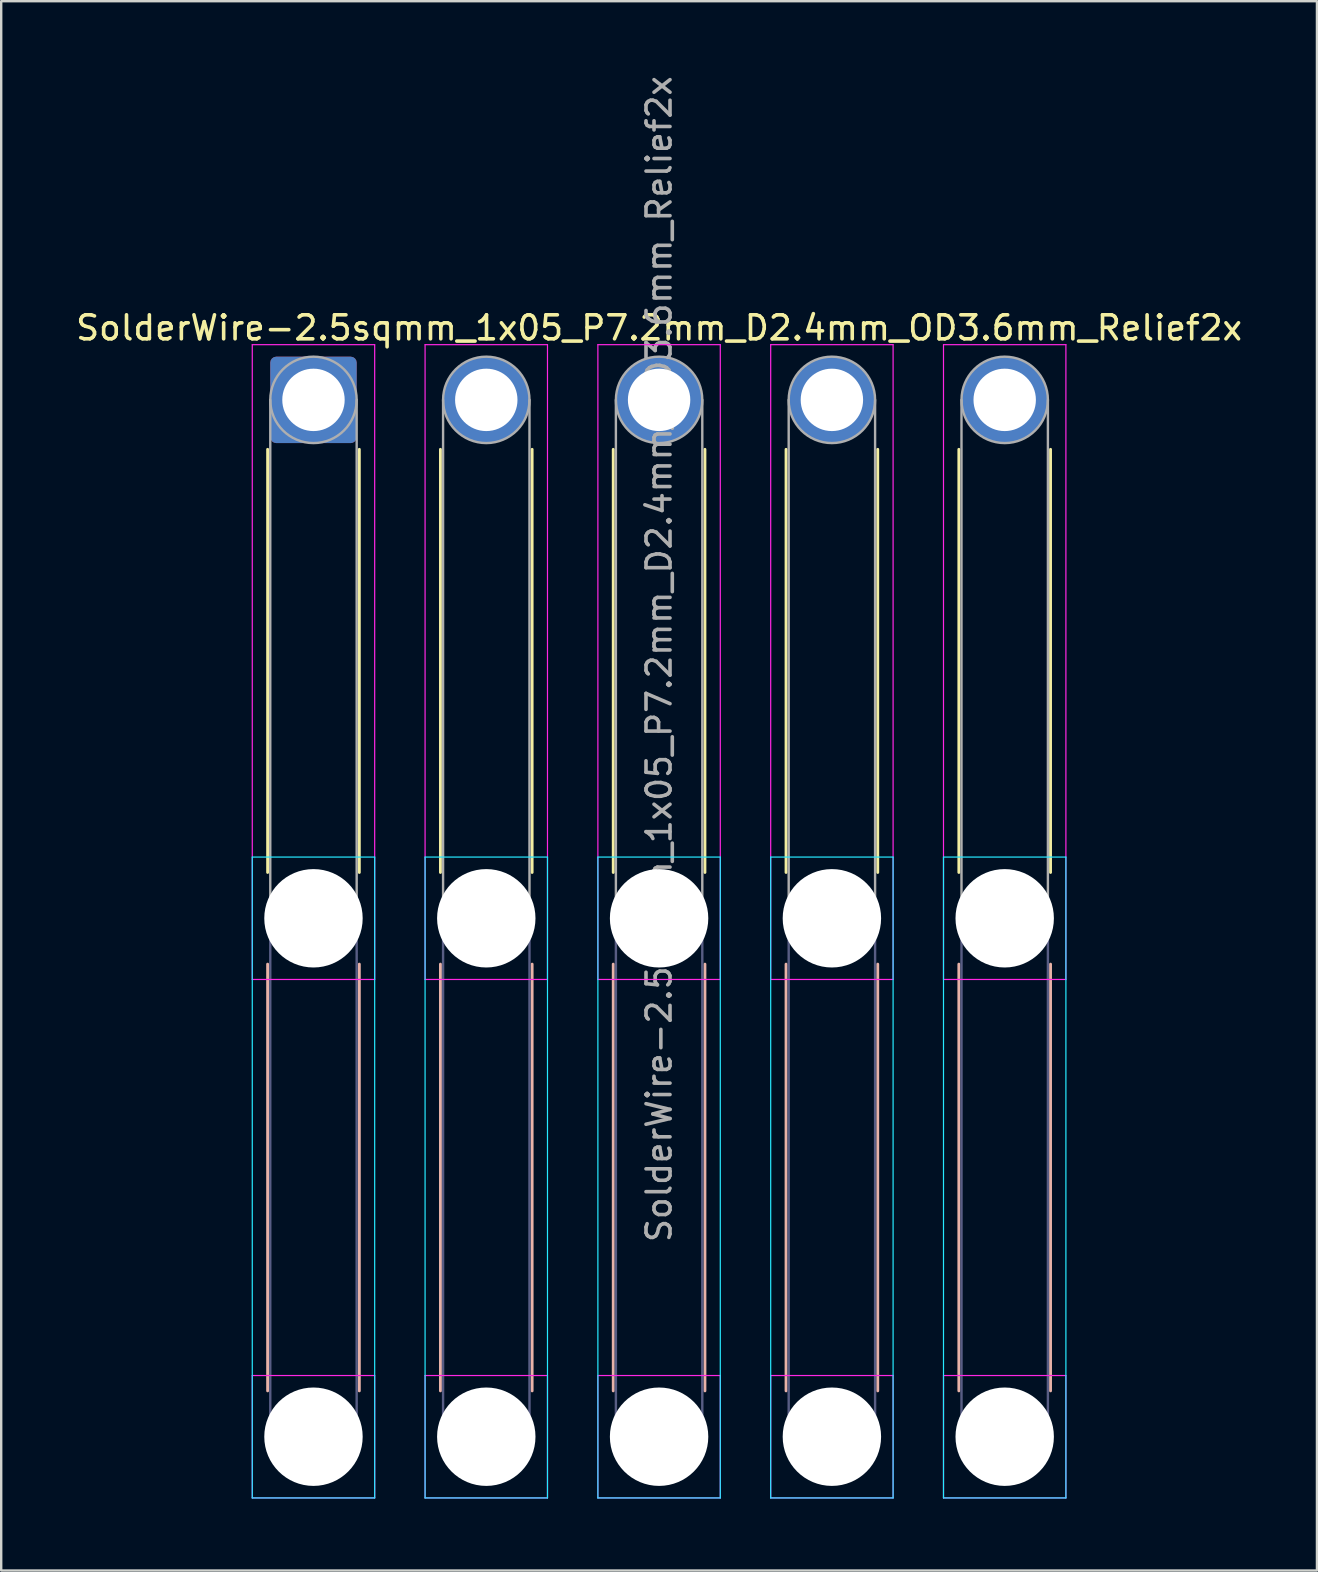
<source format=kicad_pcb>
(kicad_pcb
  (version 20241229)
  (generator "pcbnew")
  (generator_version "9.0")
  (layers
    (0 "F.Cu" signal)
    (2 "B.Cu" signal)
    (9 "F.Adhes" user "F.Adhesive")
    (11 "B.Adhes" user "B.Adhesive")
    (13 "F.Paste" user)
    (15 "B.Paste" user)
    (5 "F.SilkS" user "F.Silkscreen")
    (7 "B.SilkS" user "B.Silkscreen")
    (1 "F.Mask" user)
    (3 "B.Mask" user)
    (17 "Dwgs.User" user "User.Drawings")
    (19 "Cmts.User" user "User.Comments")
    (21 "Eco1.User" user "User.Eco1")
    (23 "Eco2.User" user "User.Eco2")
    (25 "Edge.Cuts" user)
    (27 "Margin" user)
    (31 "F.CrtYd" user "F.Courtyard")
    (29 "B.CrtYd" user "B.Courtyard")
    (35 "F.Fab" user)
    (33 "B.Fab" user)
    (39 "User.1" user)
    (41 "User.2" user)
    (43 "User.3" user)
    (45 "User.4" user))
  (footprint "SolderWire-2.5sqmm_1x05_P7.2mm_D2.4mm_OD3.6mm_Relief2x"
    (layer "F.Cu")
    (at 10.011 13.611)
    (property "Reference" "SolderWire-2.5sqmm_1x05_P7.2mm_D2.4mm_OD3.6mm_Relief2x" (at 14.4 -3 0) (layer "F.SilkS") (effects (font (size 1 1) (thickness 0.15))))
    (attr exclude_from_pos_files exclude_from_bom)
    (fp_line (start -1.91 2.06) (end -1.91 19.69) (stroke (width 0.12) (type solid)) (layer "F.SilkS"))
    (fp_line (start 1.91 2.06) (end 1.91 19.69) (stroke (width 0.12) (type solid)) (layer "F.SilkS"))
    (fp_line (start 5.29 2.06) (end 5.29 19.69) (stroke (width 0.12) (type solid)) (layer "F.SilkS"))
    (fp_line (start 9.11 2.06) (end 9.11 19.69) (stroke (width 0.12) (type solid)) (layer "F.SilkS"))
    (fp_line (start 12.49 2.06) (end 12.49 19.69) (stroke (width 0.12) (type solid)) (layer "F.SilkS"))
    (fp_line (start 16.31 2.06) (end 16.31 19.69) (stroke (width 0.12) (type solid)) (layer "F.SilkS"))
    (fp_line (start 19.69 2.06) (end 19.69 19.69) (stroke (width 0.12) (type solid)) (layer "F.SilkS"))
    (fp_line (start 23.51 2.06) (end 23.51 19.69) (stroke (width 0.12) (type solid)) (layer "F.SilkS"))
    (fp_line (start 26.89 2.06) (end 26.89 19.69) (stroke (width 0.12) (type solid)) (layer "F.SilkS"))
    (fp_line (start 30.71 2.06) (end 30.71 19.69) (stroke (width 0.12) (type solid)) (layer "F.SilkS"))
    (fp_line (start -1.91 23.51) (end -1.91 41.29) (stroke (width 0.12) (type solid)) (layer "B.SilkS"))
    (fp_line (start 1.91 23.51) (end 1.91 41.29) (stroke (width 0.12) (type solid)) (layer "B.SilkS"))
    (fp_line (start 5.29 23.51) (end 5.29 41.29) (stroke (width 0.12) (type solid)) (layer "B.SilkS"))
    (fp_line (start 9.11 23.51) (end 9.11 41.29) (stroke (width 0.12) (type solid)) (layer "B.SilkS"))
    (fp_line (start 12.49 23.51) (end 12.49 41.29) (stroke (width 0.12) (type solid)) (layer "B.SilkS"))
    (fp_line (start 16.31 23.51) (end 16.31 41.29) (stroke (width 0.12) (type solid)) (layer "B.SilkS"))
    (fp_line (start 19.69 23.51) (end 19.69 41.29) (stroke (width 0.12) (type solid)) (layer "B.SilkS"))
    (fp_line (start 23.51 23.51) (end 23.51 41.29) (stroke (width 0.12) (type solid)) (layer "B.SilkS"))
    (fp_line (start 26.89 23.51) (end 26.89 41.29) (stroke (width 0.12) (type solid)) (layer "B.SilkS"))
    (fp_line (start 30.71 23.51) (end 30.71 41.29) (stroke (width 0.12) (type solid)) (layer "B.SilkS"))
    (fp_line (start -2.55 19.05) (end -2.55 45.75) (stroke (width 0.05) (type solid)) (layer "B.CrtYd"))
    (fp_line (start -2.55 45.75) (end 2.55 45.75) (stroke (width 0.05) (type solid)) (layer "B.CrtYd"))
    (fp_line (start 2.55 19.05) (end -2.55 19.05) (stroke (width 0.05) (type solid)) (layer "B.CrtYd"))
    (fp_line (start 2.55 45.75) (end 2.55 19.05) (stroke (width 0.05) (type solid)) (layer "B.CrtYd"))
    (fp_line (start 4.65 19.05) (end 4.65 45.75) (stroke (width 0.05) (type solid)) (layer "B.CrtYd"))
    (fp_line (start 4.65 45.75) (end 9.75 45.75) (stroke (width 0.05) (type solid)) (layer "B.CrtYd"))
    (fp_line (start 9.75 19.05) (end 4.65 19.05) (stroke (width 0.05) (type solid)) (layer "B.CrtYd"))
    (fp_line (start 9.75 45.75) (end 9.75 19.05) (stroke (width 0.05) (type solid)) (layer "B.CrtYd"))
    (fp_line (start 11.85 19.05) (end 11.85 45.75) (stroke (width 0.05) (type solid)) (layer "B.CrtYd"))
    (fp_line (start 11.85 45.75) (end 16.95 45.75) (stroke (width 0.05) (type solid)) (layer "B.CrtYd"))
    (fp_line (start 16.95 19.05) (end 11.85 19.05) (stroke (width 0.05) (type solid)) (layer "B.CrtYd"))
    (fp_line (start 16.95 45.75) (end 16.95 19.05) (stroke (width 0.05) (type solid)) (layer "B.CrtYd"))
    (fp_line (start 19.05 19.05) (end 19.05 45.75) (stroke (width 0.05) (type solid)) (layer "B.CrtYd"))
    (fp_line (start 19.05 45.75) (end 24.15 45.75) (stroke (width 0.05) (type solid)) (layer "B.CrtYd"))
    (fp_line (start 24.15 19.05) (end 19.05 19.05) (stroke (width 0.05) (type solid)) (layer "B.CrtYd"))
    (fp_line (start 24.15 45.75) (end 24.15 19.05) (stroke (width 0.05) (type solid)) (layer "B.CrtYd"))
    (fp_line (start 26.25 19.05) (end 26.25 45.75) (stroke (width 0.05) (type solid)) (layer "B.CrtYd"))
    (fp_line (start 26.25 45.75) (end 31.35 45.75) (stroke (width 0.05) (type solid)) (layer "B.CrtYd"))
    (fp_line (start 31.35 19.05) (end 26.25 19.05) (stroke (width 0.05) (type solid)) (layer "B.CrtYd"))
    (fp_line (start 31.35 45.75) (end 31.35 19.05) (stroke (width 0.05) (type solid)) (layer "B.CrtYd"))
    (fp_line (start -2.55 -2.3) (end -2.55 24.15) (stroke (width 0.05) (type solid)) (layer "F.CrtYd"))
    (fp_line (start -2.55 24.15) (end 2.55 24.15) (stroke (width 0.05) (type solid)) (layer "F.CrtYd"))
    (fp_line (start -2.55 40.65) (end -2.55 45.75) (stroke (width 0.05) (type solid)) (layer "F.CrtYd"))
    (fp_line (start -2.55 45.75) (end 2.55 45.75) (stroke (width 0.05) (type solid)) (layer "F.CrtYd"))
    (fp_line (start 2.55 -2.3) (end -2.55 -2.3) (stroke (width 0.05) (type solid)) (layer "F.CrtYd"))
    (fp_line (start 2.55 24.15) (end 2.55 -2.3) (stroke (width 0.05) (type solid)) (layer "F.CrtYd"))
    (fp_line (start 2.55 40.65) (end -2.55 40.65) (stroke (width 0.05) (type solid)) (layer "F.CrtYd"))
    (fp_line (start 2.55 45.75) (end 2.55 40.65) (stroke (width 0.05) (type solid)) (layer "F.CrtYd"))
    (fp_line (start 4.65 -2.3) (end 4.65 24.15) (stroke (width 0.05) (type solid)) (layer "F.CrtYd"))
    (fp_line (start 4.65 24.15) (end 9.75 24.15) (stroke (width 0.05) (type solid)) (layer "F.CrtYd"))
    (fp_line (start 4.65 40.65) (end 4.65 45.75) (stroke (width 0.05) (type solid)) (layer "F.CrtYd"))
    (fp_line (start 4.65 45.75) (end 9.75 45.75) (stroke (width 0.05) (type solid)) (layer "F.CrtYd"))
    (fp_line (start 9.75 -2.3) (end 4.65 -2.3) (stroke (width 0.05) (type solid)) (layer "F.CrtYd"))
    (fp_line (start 9.75 24.15) (end 9.75 -2.3) (stroke (width 0.05) (type solid)) (layer "F.CrtYd"))
    (fp_line (start 9.75 40.65) (end 4.65 40.65) (stroke (width 0.05) (type solid)) (layer "F.CrtYd"))
    (fp_line (start 9.75 45.75) (end 9.75 40.65) (stroke (width 0.05) (type solid)) (layer "F.CrtYd"))
    (fp_line (start 11.85 -2.3) (end 11.85 24.15) (stroke (width 0.05) (type solid)) (layer "F.CrtYd"))
    (fp_line (start 11.85 24.15) (end 16.95 24.15) (stroke (width 0.05) (type solid)) (layer "F.CrtYd"))
    (fp_line (start 11.85 40.65) (end 11.85 45.75) (stroke (width 0.05) (type solid)) (layer "F.CrtYd"))
    (fp_line (start 11.85 45.75) (end 16.95 45.75) (stroke (width 0.05) (type solid)) (layer "F.CrtYd"))
    (fp_line (start 16.95 -2.3) (end 11.85 -2.3) (stroke (width 0.05) (type solid)) (layer "F.CrtYd"))
    (fp_line (start 16.95 24.15) (end 16.95 -2.3) (stroke (width 0.05) (type solid)) (layer "F.CrtYd"))
    (fp_line (start 16.95 40.65) (end 11.85 40.65) (stroke (width 0.05) (type solid)) (layer "F.CrtYd"))
    (fp_line (start 16.95 45.75) (end 16.95 40.65) (stroke (width 0.05) (type solid)) (layer "F.CrtYd"))
    (fp_line (start 19.05 -2.3) (end 19.05 24.15) (stroke (width 0.05) (type solid)) (layer "F.CrtYd"))
    (fp_line (start 19.05 24.15) (end 24.15 24.15) (stroke (width 0.05) (type solid)) (layer "F.CrtYd"))
    (fp_line (start 19.05 40.65) (end 19.05 45.75) (stroke (width 0.05) (type solid)) (layer "F.CrtYd"))
    (fp_line (start 19.05 45.75) (end 24.15 45.75) (stroke (width 0.05) (type solid)) (layer "F.CrtYd"))
    (fp_line (start 24.15 -2.3) (end 19.05 -2.3) (stroke (width 0.05) (type solid)) (layer "F.CrtYd"))
    (fp_line (start 24.15 24.15) (end 24.15 -2.3) (stroke (width 0.05) (type solid)) (layer "F.CrtYd"))
    (fp_line (start 24.15 40.65) (end 19.05 40.65) (stroke (width 0.05) (type solid)) (layer "F.CrtYd"))
    (fp_line (start 24.15 45.75) (end 24.15 40.65) (stroke (width 0.05) (type solid)) (layer "F.CrtYd"))
    (fp_line (start 26.25 -2.3) (end 26.25 24.15) (stroke (width 0.05) (type solid)) (layer "F.CrtYd"))
    (fp_line (start 26.25 24.15) (end 31.35 24.15) (stroke (width 0.05) (type solid)) (layer "F.CrtYd"))
    (fp_line (start 26.25 40.65) (end 26.25 45.75) (stroke (width 0.05) (type solid)) (layer "F.CrtYd"))
    (fp_line (start 26.25 45.75) (end 31.35 45.75) (stroke (width 0.05) (type solid)) (layer "F.CrtYd"))
    (fp_line (start 31.35 -2.3) (end 26.25 -2.3) (stroke (width 0.05) (type solid)) (layer "F.CrtYd"))
    (fp_line (start 31.35 24.15) (end 31.35 -2.3) (stroke (width 0.05) (type solid)) (layer "F.CrtYd"))
    (fp_line (start 31.35 40.65) (end 26.25 40.65) (stroke (width 0.05) (type solid)) (layer "F.CrtYd"))
    (fp_line (start 31.35 45.75) (end 31.35 40.65) (stroke (width 0.05) (type solid)) (layer "F.CrtYd"))
    (fp_line (start -1.8 21.6) (end -1.8 43.2) (stroke (width 0.1) (type solid)) (layer "B.Fab"))
    (fp_line (start 1.8 21.6) (end 1.8 43.2) (stroke (width 0.1) (type solid)) (layer "B.Fab"))
    (fp_line (start 5.4 21.6) (end 5.4 43.2) (stroke (width 0.1) (type solid)) (layer "B.Fab"))
    (fp_line (start 9 21.6) (end 9 43.2) (stroke (width 0.1) (type solid)) (layer "B.Fab"))
    (fp_line (start 12.6 21.6) (end 12.6 43.2) (stroke (width 0.1) (type solid)) (layer "B.Fab"))
    (fp_line (start 16.2 21.6) (end 16.2 43.2) (stroke (width 0.1) (type solid)) (layer "B.Fab"))
    (fp_line (start 19.8 21.6) (end 19.8 43.2) (stroke (width 0.1) (type solid)) (layer "B.Fab"))
    (fp_line (start 23.4 21.6) (end 23.4 43.2) (stroke (width 0.1) (type solid)) (layer "B.Fab"))
    (fp_line (start 27 21.6) (end 27 43.2) (stroke (width 0.1) (type solid)) (layer "B.Fab"))
    (fp_line (start 30.6 21.6) (end 30.6 43.2) (stroke (width 0.1) (type solid)) (layer "B.Fab"))
    (fp_circle (center 0 21.6) (end 1.8 21.6) (stroke (width 0.1) (type solid)) (fill no) (layer "B.Fab"))
    (fp_circle (center 0 43.2) (end 1.8 43.2) (stroke (width 0.1) (type solid)) (fill no) (layer "B.Fab"))
    (fp_circle (center 7.2 21.6) (end 9 21.6) (stroke (width 0.1) (type solid)) (fill no) (layer "B.Fab"))
    (fp_circle (center 7.2 43.2) (end 9 43.2) (stroke (width 0.1) (type solid)) (fill no) (layer "B.Fab"))
    (fp_circle (center 14.4 21.6) (end 16.2 21.6) (stroke (width 0.1) (type solid)) (fill no) (layer "B.Fab"))
    (fp_circle (center 14.4 43.2) (end 16.2 43.2) (stroke (width 0.1) (type solid)) (fill no) (layer "B.Fab"))
    (fp_circle (center 21.6 21.6) (end 23.4 21.6) (stroke (width 0.1) (type solid)) (fill no) (layer "B.Fab"))
    (fp_circle (center 21.6 43.2) (end 23.4 43.2) (stroke (width 0.1) (type solid)) (fill no) (layer "B.Fab"))
    (fp_circle (center 28.8 21.6) (end 30.6 21.6) (stroke (width 0.1) (type solid)) (fill no) (layer "B.Fab"))
    (fp_circle (center 28.8 43.2) (end 30.6 43.2) (stroke (width 0.1) (type solid)) (fill no) (layer "B.Fab"))
    (fp_line (start -1.8 0) (end -1.8 21.6) (stroke (width 0.1) (type solid)) (layer "F.Fab"))
    (fp_line (start 1.8 0) (end 1.8 21.6) (stroke (width 0.1) (type solid)) (layer "F.Fab"))
    (fp_line (start 5.4 0) (end 5.4 21.6) (stroke (width 0.1) (type solid)) (layer "F.Fab"))
    (fp_line (start 9 0) (end 9 21.6) (stroke (width 0.1) (type solid)) (layer "F.Fab"))
    (fp_line (start 12.6 0) (end 12.6 21.6) (stroke (width 0.1) (type solid)) (layer "F.Fab"))
    (fp_line (start 16.2 0) (end 16.2 21.6) (stroke (width 0.1) (type solid)) (layer "F.Fab"))
    (fp_line (start 19.8 0) (end 19.8 21.6) (stroke (width 0.1) (type solid)) (layer "F.Fab"))
    (fp_line (start 23.4 0) (end 23.4 21.6) (stroke (width 0.1) (type solid)) (layer "F.Fab"))
    (fp_line (start 27 0) (end 27 21.6) (stroke (width 0.1) (type solid)) (layer "F.Fab"))
    (fp_line (start 30.6 0) (end 30.6 21.6) (stroke (width 0.1) (type solid)) (layer "F.Fab"))
    (fp_circle (center 0 0) (end 1.8 0) (stroke (width 0.1) (type solid)) (fill no) (layer "F.Fab"))
    (fp_circle (center 0 21.6) (end 1.8 21.6) (stroke (width 0.1) (type solid)) (fill no) (layer "F.Fab"))
    (fp_circle (center 0 43.2) (end 1.8 43.2) (stroke (width 0.1) (type solid)) (fill no) (layer "F.Fab"))
    (fp_circle (center 7.2 0) (end 9 0) (stroke (width 0.1) (type solid)) (fill no) (layer "F.Fab"))
    (fp_circle (center 7.2 21.6) (end 9 21.6) (stroke (width 0.1) (type solid)) (fill no) (layer "F.Fab"))
    (fp_circle (center 7.2 43.2) (end 9 43.2) (stroke (width 0.1) (type solid)) (fill no) (layer "F.Fab"))
    (fp_circle (center 14.4 0) (end 16.2 0) (stroke (width 0.1) (type solid)) (fill no) (layer "F.Fab"))
    (fp_circle (center 14.4 21.6) (end 16.2 21.6) (stroke (width 0.1) (type solid)) (fill no) (layer "F.Fab"))
    (fp_circle (center 14.4 43.2) (end 16.2 43.2) (stroke (width 0.1) (type solid)) (fill no) (layer "F.Fab"))
    (fp_circle (center 21.6 0) (end 23.4 0) (stroke (width 0.1) (type solid)) (fill no) (layer "F.Fab"))
    (fp_circle (center 21.6 21.6) (end 23.4 21.6) (stroke (width 0.1) (type solid)) (fill no) (layer "F.Fab"))
    (fp_circle (center 21.6 43.2) (end 23.4 43.2) (stroke (width 0.1) (type solid)) (fill no) (layer "F.Fab"))
    (fp_circle (center 28.8 0) (end 30.6 0) (stroke (width 0.1) (type solid)) (fill no) (layer "F.Fab"))
    (fp_circle (center 28.8 21.6) (end 30.6 21.6) (stroke (width 0.1) (type solid)) (fill no) (layer "F.Fab"))
    (fp_circle (center 28.8 43.2) (end 30.6 43.2) (stroke (width 0.1) (type solid)) (fill no) (layer "F.Fab"))
    (fp_text user "${REFERENCE}" (at 14.4 10.8 90) (layer "F.Fab") (effects (font (size 1 1) (thickness 0.15))))
    (pad "" np_thru_hole circle (at 0 21.6) (size 4.1 4.1) (drill 4.1) (layers "*.Cu" "*.Mask"))
    (pad "" np_thru_hole circle (at 0 43.2) (size 4.1 4.1) (drill 4.1) (layers "*.Cu" "*.Mask"))
    (pad "" np_thru_hole circle (at 7.2 21.6) (size 4.1 4.1) (drill 4.1) (layers "*.Cu" "*.Mask"))
    (pad "" np_thru_hole circle (at 7.2 43.2) (size 4.1 4.1) (drill 4.1) (layers "*.Cu" "*.Mask"))
    (pad "" np_thru_hole circle (at 14.4 21.6) (size 4.1 4.1) (drill 4.1) (layers "*.Cu" "*.Mask"))
    (pad "" np_thru_hole circle (at 14.4 43.2) (size 4.1 4.1) (drill 4.1) (layers "*.Cu" "*.Mask"))
    (pad "" np_thru_hole circle (at 21.6 21.6) (size 4.1 4.1) (drill 4.1) (layers "*.Cu" "*.Mask"))
    (pad "" np_thru_hole circle (at 21.6 43.2) (size 4.1 4.1) (drill 4.1) (layers "*.Cu" "*.Mask"))
    (pad "" np_thru_hole circle (at 28.8 21.6) (size 4.1 4.1) (drill 4.1) (layers "*.Cu" "*.Mask"))
    (pad "" np_thru_hole circle (at 28.8 43.2) (size 4.1 4.1) (drill 4.1) (layers "*.Cu" "*.Mask"))
    (pad "1" thru_hole roundrect (at 0 0) (size 3.6 3.6) (drill 2.6) (layers "*.Cu" "*.Mask") (roundrect_rratio 0.069))
    (pad "2" thru_hole circle (at 7.2 0) (size 3.6 3.6) (drill 2.6) (layers "*.Cu" "*.Mask"))
    (pad "3" thru_hole circle (at 14.4 0) (size 3.6 3.6) (drill 2.6) (layers "*.Cu" "*.Mask"))
    (pad "4" thru_hole circle (at 21.6 0) (size 3.6 3.6) (drill 2.6) (layers "*.Cu" "*.Mask"))
    (pad "5" thru_hole circle (at 28.8 0) (size 3.6 3.6) (drill 2.6) (layers "*.Cu" "*.Mask")))
  (gr_rect
    (start -3 -3)
    (end 51.821 62.386)
    (stroke (width 0.1) (type default))
    (fill no)
    (layer "Edge.Cuts")))
</source>
